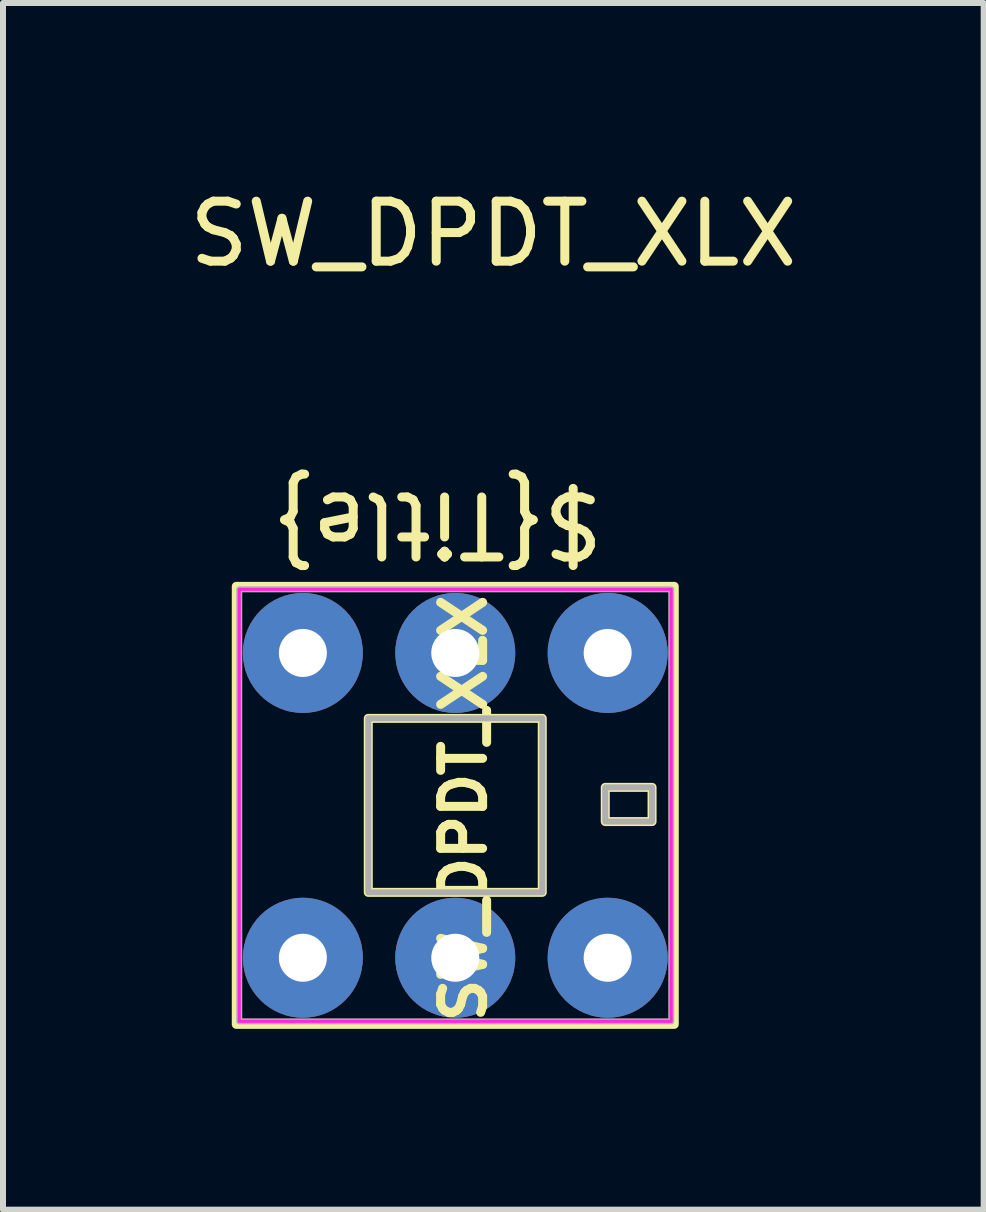
<source format=kicad_pcb>
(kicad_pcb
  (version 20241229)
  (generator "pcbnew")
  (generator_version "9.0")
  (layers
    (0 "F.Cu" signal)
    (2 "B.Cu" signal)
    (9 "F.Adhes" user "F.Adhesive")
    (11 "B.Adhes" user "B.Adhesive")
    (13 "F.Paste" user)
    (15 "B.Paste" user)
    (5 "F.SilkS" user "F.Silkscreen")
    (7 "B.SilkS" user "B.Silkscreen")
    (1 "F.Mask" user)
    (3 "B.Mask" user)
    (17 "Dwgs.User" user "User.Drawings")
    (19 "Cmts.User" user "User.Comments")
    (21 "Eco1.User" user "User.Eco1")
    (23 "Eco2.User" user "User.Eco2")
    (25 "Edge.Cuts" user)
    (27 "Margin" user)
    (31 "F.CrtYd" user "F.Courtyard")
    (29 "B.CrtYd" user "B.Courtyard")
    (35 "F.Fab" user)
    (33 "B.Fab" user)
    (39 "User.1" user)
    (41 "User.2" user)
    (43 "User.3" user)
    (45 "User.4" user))
  (footprint "SW_DPDT_XLX"
    (layer "F.Cu")
    (at 4.538 10.373)
    (property "Reference" "SW_DPDT_XLX" (at 0.635 -9.525 180) (layer "F.SilkS") (effects (font (size 1 1) (thickness 0.15))))
    (attr through_hole)
    (fp_rect (start -3.65 -3.65) (end 3.65 3.65) (stroke (width 0.15) (type solid)) (fill no) (layer "F.SilkS"))
    (fp_rect (start -1.45 -1.45) (end 1.45 1.45) (stroke (width 0.15) (type solid)) (fill no) (layer "F.SilkS"))
    (fp_rect (start 2.5 -0.3) (end 3.28 0.27) (stroke (width 0.15) (type solid)) (fill no) (layer "F.SilkS"))
    (fp_rect (start -3.6 -3.6) (end 3.6 3.6) (stroke (width 0.05) (type solid)) (fill no) (layer "F.CrtYd"))
    (fp_rect (start -3.6 -3.6) (end 3.6 3.6) (stroke (width 0.05) (type solid)) (fill no) (layer "F.Fab"))
    (fp_rect (start -3.6 -3.6) (end 3.6 3.6) (stroke (width 0.1) (type solid)) (fill no) (layer "F.Fab"))
    (fp_rect (start -1.45 -1.45) (end 1.45 1.45) (stroke (width 0.1) (type solid)) (fill no) (layer "F.Fab"))
    (fp_rect (start 2.5 -0.3) (end 3.28 0.27) (stroke (width 0.1) (type default)) (fill no) (layer "F.Fab"))
    (fp_text user "${Title}" (at 2.54 -5.27 180) (unlocked yes) (layer "F.SilkS") (effects (font (size 1 1) (thickness 0.15)) (justify left bottom)))
    (fp_text user "${REFERENCE}" (at 0.14 0.05 90) (unlocked yes) (layer "F.SilkS") (effects (font (size 0.7 0.7) (thickness 0.15))))
    (pad "1" thru_hole circle (at -2.54 2.54) (size 2 2) (drill 0.8) (layers "*.Cu" "*.Mask"))
    (pad "2" thru_hole circle (at 0 2.54) (size 2 2) (drill 0.8) (layers "*.Cu" "*.Mask"))
    (pad "3" thru_hole circle (at 2.54 2.54) (size 2 2) (drill 0.8) (layers "*.Cu" "*.Mask"))
    (pad "4" thru_hole circle (at -2.54 -2.54) (size 2 2) (drill 0.8) (layers "*.Cu" "*.Mask"))
    (pad "5" thru_hole circle (at 0 -2.54) (size 2 2) (drill 0.8) (layers "*.Cu" "*.Mask"))
    (pad "6" thru_hole circle (at 2.54 -2.54) (size 2 2) (drill 0.8) (layers "*.Cu" "*.Mask")))
  (gr_rect
    (start -3 -3)
    (end 13.345 17.112)
    (stroke (width 0.1) (type default))
    (fill no)
    (layer "Edge.Cuts")))
</source>
